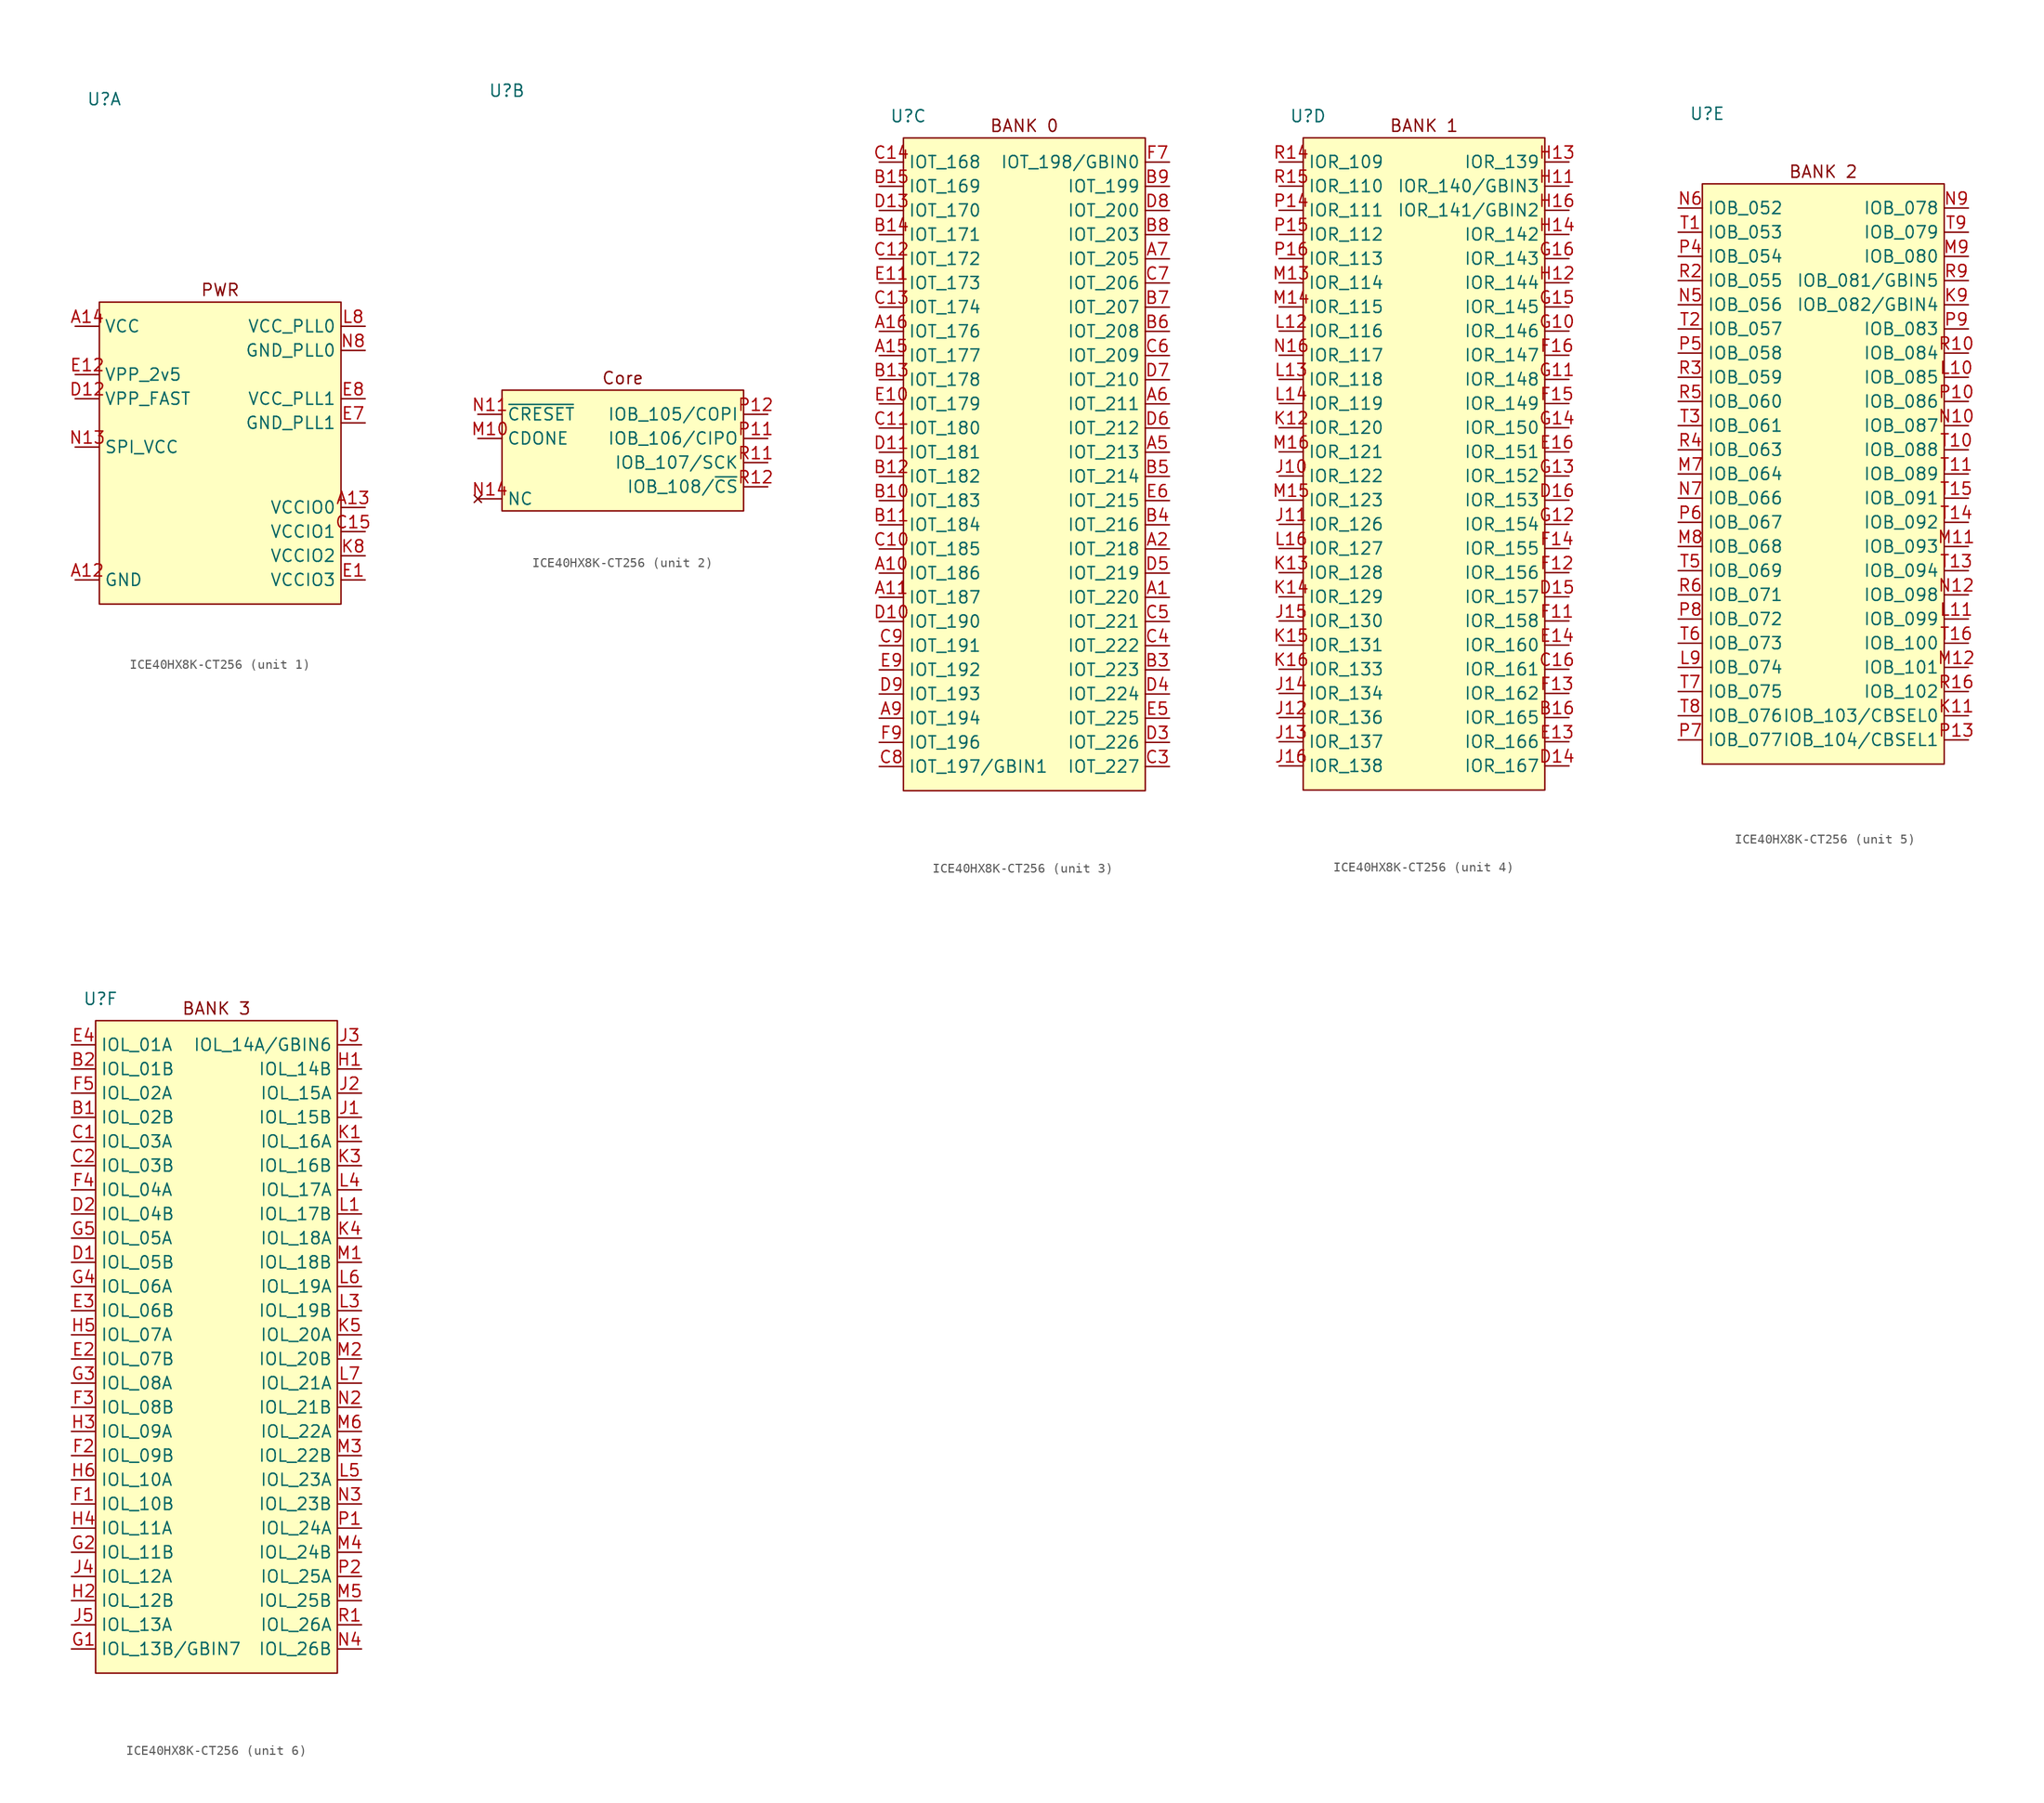
<source format=kicad_sym>
(kicad_symbol_lib
  (version 20231120)
  (generator "kicad_symbol_editor")
  (generator_version "8.0")
  (symbol "ICE40HX8K-CT256"
    (property "Reference" "U"
      (at -12.192 37.846 0)
      (effects (font (size 1.27 1.27))))
    (property "ki_locked" ""
      (at 0 0 0)
      (effects (font (size 1.27 1.27))))
    (symbol "ICE40HX8K-CT256_1_0"
      (text "PWR" (at 0 17.78 0) (effects (font (size 1.27 1.27)))))
    (symbol "ICE40HX8K-CT256_1_1"
      (rectangle (start -12.7 16.51) (end 12.7 -15.24) (stroke (width 0) (type default)) (fill (type background)))
      (pin power_in line (at -15.24 -12.7 0) (length 2.54) (name "GND" (effects (font (size 1.27 1.27)))) (number "A12" (effects (font (size 1.27 1.27)))))
      (pin power_in line (at 15.24 -5.08 180) (length 2.54) (name "VCCIO0" (effects (font (size 1.27 1.27)))) (number "A13" (effects (font (size 1.27 1.27)))))
      (pin power_in line (at -15.24 13.97 0) (length 2.54) (name "VCC" (effects (font (size 1.27 1.27)))) (number "A14" (effects (font (size 1.27 1.27)))))
      (pin passive line (at 15.24 -5.08 180) (length 2.54) hide (name "VCCIO0" (effects (font (size 1.27 1.27)))) (number "A3" (effects (font (size 1.27 1.27)))))
      (pin passive line (at -15.24 -12.7 0) (length 2.54) hide (name "GND" (effects (font (size 1.27 1.27)))) (number "A4" (effects (font (size 1.27 1.27)))))
      (pin passive line (at 15.24 -5.08 180) (length 2.54) hide (name "VCCIO0" (effects (font (size 1.27 1.27)))) (number "A8" (effects (font (size 1.27 1.27)))))
      (pin power_in line (at 15.24 -7.62 180) (length 2.54) (name "VCCIO1" (effects (font (size 1.27 1.27)))) (number "C15" (effects (font (size 1.27 1.27)))))
      (pin power_in line (at -15.24 6.35 0) (length 2.54) (name "VPP_FAST" (effects (font (size 1.27 1.27)))) (number "D12" (effects (font (size 1.27 1.27)))))
      (pin power_in line (at 15.24 -12.7 180) (length 2.54) (name "VCCIO3" (effects (font (size 1.27 1.27)))) (number "E1" (effects (font (size 1.27 1.27)))))
      (pin power_in line (at -15.24 8.89 0) (length 2.54) (name "VPP_2v5" (effects (font (size 1.27 1.27)))) (number "E12" (effects (font (size 1.27 1.27)))))
      (pin passive line (at -15.24 -12.7 0) (length 2.54) hide (name "GND" (effects (font (size 1.27 1.27)))) (number "E15" (effects (font (size 1.27 1.27)))))
      (pin power_in line (at 15.24 3.81 180) (length 2.54) (name "GND_PLL1" (effects (font (size 1.27 1.27)))) (number "E7" (effects (font (size 1.27 1.27)))))
      (pin power_in line (at 15.24 6.35 180) (length 2.54) (name "VCC_PLL1" (effects (font (size 1.27 1.27)))) (number "E8" (effects (font (size 1.27 1.27)))))
      (pin passive line (at -15.24 13.97 0) (length 2.54) hide (name "VCC" (effects (font (size 1.27 1.27)))) (number "F10" (effects (font (size 1.27 1.27)))))
      (pin passive line (at -15.24 13.97 0) (length 2.54) hide (name "VCC" (effects (font (size 1.27 1.27)))) (number "F6" (effects (font (size 1.27 1.27)))))
      (pin passive line (at 15.24 -5.08 180) (length 2.54) hide (name "VCCIO0" (effects (font (size 1.27 1.27)))) (number "F8" (effects (font (size 1.27 1.27)))))
      (pin passive line (at 15.24 -12.7 180) (length 2.54) hide (name "VCCIO3" (effects (font (size 1.27 1.27)))) (number "G6" (effects (font (size 1.27 1.27)))))
      (pin passive line (at -15.24 -12.7 0) (length 2.54) hide (name "GND" (effects (font (size 1.27 1.27)))) (number "G7" (effects (font (size 1.27 1.27)))))
      (pin passive line (at -15.24 -12.7 0) (length 2.54) hide (name "GND" (effects (font (size 1.27 1.27)))) (number "G8" (effects (font (size 1.27 1.27)))))
      (pin passive line (at -15.24 -12.7 0) (length 2.54) hide (name "GND" (effects (font (size 1.27 1.27)))) (number "G9" (effects (font (size 1.27 1.27)))))
      (pin passive line (at 15.24 -7.62 180) (length 2.54) hide (name "VCCIO1" (effects (font (size 1.27 1.27)))) (number "H10" (effects (font (size 1.27 1.27)))))
      (pin passive line (at 15.24 -7.62 180) (length 2.54) hide (name "VCCIO1" (effects (font (size 1.27 1.27)))) (number "H15" (effects (font (size 1.27 1.27)))))
      (pin passive line (at -15.24 -12.7 0) (length 2.54) hide (name "GND" (effects (font (size 1.27 1.27)))) (number "H7" (effects (font (size 1.27 1.27)))))
      (pin passive line (at -15.24 -12.7 0) (length 2.54) hide (name "GND" (effects (font (size 1.27 1.27)))) (number "H8" (effects (font (size 1.27 1.27)))))
      (pin passive line (at -15.24 -12.7 0) (length 2.54) hide (name "GND" (effects (font (size 1.27 1.27)))) (number "H9" (effects (font (size 1.27 1.27)))))
      (pin passive line (at 15.24 -12.7 180) (length 2.54) hide (name "VCCIO3" (effects (font (size 1.27 1.27)))) (number "J6" (effects (font (size 1.27 1.27)))))
      (pin passive line (at -15.24 -12.7 0) (length 2.54) hide (name "GND" (effects (font (size 1.27 1.27)))) (number "J7" (effects (font (size 1.27 1.27)))))
      (pin passive line (at -15.24 -12.7 0) (length 2.54) hide (name "GND" (effects (font (size 1.27 1.27)))) (number "J8" (effects (font (size 1.27 1.27)))))
      (pin passive line (at -15.24 -12.7 0) (length 2.54) hide (name "GND" (effects (font (size 1.27 1.27)))) (number "J9" (effects (font (size 1.27 1.27)))))
      (pin passive line (at -15.24 13.97 0) (length 2.54) hide (name "VCC" (effects (font (size 1.27 1.27)))) (number "K10" (effects (font (size 1.27 1.27)))))
      (pin passive line (at -15.24 -12.7 0) (length 2.54) hide (name "GND" (effects (font (size 1.27 1.27)))) (number "K2" (effects (font (size 1.27 1.27)))))
      (pin passive line (at -15.24 13.97 0) (length 2.54) hide (name "VCC" (effects (font (size 1.27 1.27)))) (number "K6" (effects (font (size 1.27 1.27)))))
      (pin passive line (at -15.24 -12.7 0) (length 2.54) hide (name "GND" (effects (font (size 1.27 1.27)))) (number "K7" (effects (font (size 1.27 1.27)))))
      (pin power_in line (at 15.24 -10.16 180) (length 2.54) (name "VCCIO2" (effects (font (size 1.27 1.27)))) (number "K8" (effects (font (size 1.27 1.27)))))
      (pin passive line (at -15.24 -12.7 0) (length 2.54) hide (name "GND" (effects (font (size 1.27 1.27)))) (number "L15" (effects (font (size 1.27 1.27)))))
      (pin passive line (at -15.24 13.97 0) (length 2.54) hide (name "VCC" (effects (font (size 1.27 1.27)))) (number "L2" (effects (font (size 1.27 1.27)))))
      (pin power_in line (at 15.24 13.97 180) (length 2.54) (name "VCC_PLL0" (effects (font (size 1.27 1.27)))) (number "L8" (effects (font (size 1.27 1.27)))))
      (pin passive line (at 15.24 -12.7 180) (length 2.54) hide (name "VCCIO3" (effects (font (size 1.27 1.27)))) (number "N1" (effects (font (size 1.27 1.27)))))
      (pin power_in line (at -15.24 1.27 0) (length 2.54) (name "SPI_VCC" (effects (font (size 1.27 1.27)))) (number "N13" (effects (font (size 1.27 1.27)))))
      (pin passive line (at 15.24 -7.62 180) (length 2.54) hide (name "VCCIO1" (effects (font (size 1.27 1.27)))) (number "N15" (effects (font (size 1.27 1.27)))))
      (pin power_in line (at 15.24 11.43 180) (length 2.54) (name "GND_PLL0" (effects (font (size 1.27 1.27)))) (number "N8" (effects (font (size 1.27 1.27)))))
      (pin passive line (at 15.24 -10.16 180) (length 2.54) hide (name "VCCIO2" (effects (font (size 1.27 1.27)))) (number "P3" (effects (font (size 1.27 1.27)))))
      (pin passive line (at 15.24 -10.16 180) (length 2.54) hide (name "VCCIO2" (effects (font (size 1.27 1.27)))) (number "R13" (effects (font (size 1.27 1.27)))))
      (pin passive line (at -15.24 -12.7 0) (length 2.54) hide (name "GND" (effects (font (size 1.27 1.27)))) (number "R7" (effects (font (size 1.27 1.27)))))
      (pin passive line (at 15.24 -10.16 180) (length 2.54) hide (name "VCCIO2" (effects (font (size 1.27 1.27)))) (number "R8" (effects (font (size 1.27 1.27)))))
      (pin passive line (at -15.24 -12.7 0) (length 2.54) hide (name "GND" (effects (font (size 1.27 1.27)))) (number "T12" (effects (font (size 1.27 1.27)))))
      (pin passive line (at -15.24 -12.7 0) (length 2.54) hide (name "GND" (effects (font (size 1.27 1.27)))) (number "T4" (effects (font (size 1.27 1.27))))))
    (symbol "ICE40HX8K-CT256_2_0"
      (text "Core" (at 0 7.62 0) (effects (font (size 1.27 1.27)))))
    (symbol "ICE40HX8K-CT256_2_1"
      (rectangle (start -12.7 6.35) (end 12.7 -6.35) (stroke (width 0) (type default)) (fill (type background)))
      (pin open_collector line (at -15.24 1.27 0) (length 2.54) (name "CDONE" (effects (font (size 1.27 1.27)))) (number "M10" (effects (font (size 1.27 1.27)))))
      (pin input line (at -15.24 3.81 0) (length 2.54) (name "~{CRESET}" (effects (font (size 1.27 1.27)))) (number "N11" (effects (font (size 1.27 1.27)))))
      (pin no_connect line (at -15.24 -5.08 0) (length 2.54) (name "NC" (effects (font (size 1.27 1.27)))) (number "N14" (effects (font (size 1.27 1.27)))))
      (pin bidirectional line (at 15.24 1.27 180) (length 2.54) (name "IOB_106/CIPO" (effects (font (size 1.27 1.27)))) (number "P11" (effects (font (size 1.27 1.27)))))
      (pin bidirectional line (at 15.24 3.81 180) (length 2.54) (name "IOB_105/COPI" (effects (font (size 1.27 1.27)))) (number "P12" (effects (font (size 1.27 1.27)))))
      (pin bidirectional line (at 15.24 -1.27 180) (length 2.54) (name "IOB_107/SCK" (effects (font (size 1.27 1.27)))) (number "R11" (effects (font (size 1.27 1.27)))))
      (pin bidirectional line (at 15.24 -3.81 180) (length 2.54) (name "IOB_108/~{CS}" (effects (font (size 1.27 1.27)))) (number "R12" (effects (font (size 1.27 1.27))))))
    (symbol "ICE40HX8K-CT256_3_0"
      (text "BANK 0" (at 0 36.83 0) (effects (font (size 1.27 1.27)))))
    (symbol "ICE40HX8K-CT256_3_1"
      (rectangle (start -12.7 35.56) (end 12.7 -33.02) (stroke (width 0) (type default)) (fill (type background)))
      (pin bidirectional line (at 15.24 -12.7 180) (length 2.54) (name "IOT_220" (effects (font (size 1.27 1.27)))) (number "A1" (effects (font (size 1.27 1.27)))))
      (pin bidirectional line (at -15.24 -10.16 0) (length 2.54) (name "IOT_186" (effects (font (size 1.27 1.27)))) (number "A10" (effects (font (size 1.27 1.27)))))
      (pin bidirectional line (at -15.24 -12.7 0) (length 2.54) (name "IOT_187" (effects (font (size 1.27 1.27)))) (number "A11" (effects (font (size 1.27 1.27)))))
      (pin bidirectional line (at -15.24 12.7 0) (length 2.54) (name "IOT_177" (effects (font (size 1.27 1.27)))) (number "A15" (effects (font (size 1.27 1.27)))))
      (pin bidirectional line (at -15.24 15.24 0) (length 2.54) (name "IOT_176" (effects (font (size 1.27 1.27)))) (number "A16" (effects (font (size 1.27 1.27)))))
      (pin bidirectional line (at 15.24 -7.62 180) (length 2.54) (name "IOT_218" (effects (font (size 1.27 1.27)))) (number "A2" (effects (font (size 1.27 1.27)))))
      (pin bidirectional line (at 15.24 2.54 180) (length 2.54) (name "IOT_213" (effects (font (size 1.27 1.27)))) (number "A5" (effects (font (size 1.27 1.27)))))
      (pin bidirectional line (at 15.24 7.62 180) (length 2.54) (name "IOT_211" (effects (font (size 1.27 1.27)))) (number "A6" (effects (font (size 1.27 1.27)))))
      (pin bidirectional line (at 15.24 22.86 180) (length 2.54) (name "IOT_205" (effects (font (size 1.27 1.27)))) (number "A7" (effects (font (size 1.27 1.27)))))
      (pin bidirectional line (at -15.24 -25.4 0) (length 2.54) (name "IOT_194" (effects (font (size 1.27 1.27)))) (number "A9" (effects (font (size 1.27 1.27)))))
      (pin bidirectional line (at -15.24 -2.54 0) (length 2.54) (name "IOT_183" (effects (font (size 1.27 1.27)))) (number "B10" (effects (font (size 1.27 1.27)))))
      (pin bidirectional line (at -15.24 -5.08 0) (length 2.54) (name "IOT_184" (effects (font (size 1.27 1.27)))) (number "B11" (effects (font (size 1.27 1.27)))))
      (pin bidirectional line (at -15.24 0 0) (length 2.54) (name "IOT_182" (effects (font (size 1.27 1.27)))) (number "B12" (effects (font (size 1.27 1.27)))))
      (pin bidirectional line (at -15.24 10.16 0) (length 2.54) (name "IOT_178" (effects (font (size 1.27 1.27)))) (number "B13" (effects (font (size 1.27 1.27)))))
      (pin bidirectional line (at -15.24 25.4 0) (length 2.54) (name "IOT_171" (effects (font (size 1.27 1.27)))) (number "B14" (effects (font (size 1.27 1.27)))))
      (pin bidirectional line (at -15.24 30.48 0) (length 2.54) (name "IOT_169" (effects (font (size 1.27 1.27)))) (number "B15" (effects (font (size 1.27 1.27)))))
      (pin bidirectional line (at 15.24 -20.32 180) (length 2.54) (name "IOT_223" (effects (font (size 1.27 1.27)))) (number "B3" (effects (font (size 1.27 1.27)))))
      (pin bidirectional line (at 15.24 -5.08 180) (length 2.54) (name "IOT_216" (effects (font (size 1.27 1.27)))) (number "B4" (effects (font (size 1.27 1.27)))))
      (pin bidirectional line (at 15.24 0 180) (length 2.54) (name "IOT_214" (effects (font (size 1.27 1.27)))) (number "B5" (effects (font (size 1.27 1.27)))))
      (pin bidirectional line (at 15.24 15.24 180) (length 2.54) (name "IOT_208" (effects (font (size 1.27 1.27)))) (number "B6" (effects (font (size 1.27 1.27)))))
      (pin bidirectional line (at 15.24 17.78 180) (length 2.54) (name "IOT_207" (effects (font (size 1.27 1.27)))) (number "B7" (effects (font (size 1.27 1.27)))))
      (pin bidirectional line (at 15.24 25.4 180) (length 2.54) (name "IOT_203" (effects (font (size 1.27 1.27)))) (number "B8" (effects (font (size 1.27 1.27)))))
      (pin bidirectional line (at 15.24 30.48 180) (length 2.54) (name "IOT_199" (effects (font (size 1.27 1.27)))) (number "B9" (effects (font (size 1.27 1.27)))))
      (pin bidirectional line (at -15.24 -7.62 0) (length 2.54) (name "IOT_185" (effects (font (size 1.27 1.27)))) (number "C10" (effects (font (size 1.27 1.27)))))
      (pin bidirectional line (at -15.24 5.08 0) (length 2.54) (name "IOT_180" (effects (font (size 1.27 1.27)))) (number "C11" (effects (font (size 1.27 1.27)))))
      (pin bidirectional line (at -15.24 22.86 0) (length 2.54) (name "IOT_172" (effects (font (size 1.27 1.27)))) (number "C12" (effects (font (size 1.27 1.27)))))
      (pin bidirectional line (at -15.24 17.78 0) (length 2.54) (name "IOT_174" (effects (font (size 1.27 1.27)))) (number "C13" (effects (font (size 1.27 1.27)))))
      (pin bidirectional line (at -15.24 33.02 0) (length 2.54) (name "IOT_168" (effects (font (size 1.27 1.27)))) (number "C14" (effects (font (size 1.27 1.27)))))
      (pin bidirectional line (at 15.24 -30.48 180) (length 2.54) (name "IOT_227" (effects (font (size 1.27 1.27)))) (number "C3" (effects (font (size 1.27 1.27)))))
      (pin bidirectional line (at 15.24 -17.78 180) (length 2.54) (name "IOT_222" (effects (font (size 1.27 1.27)))) (number "C4" (effects (font (size 1.27 1.27)))))
      (pin bidirectional line (at 15.24 -15.24 180) (length 2.54) (name "IOT_221" (effects (font (size 1.27 1.27)))) (number "C5" (effects (font (size 1.27 1.27)))))
      (pin bidirectional line (at 15.24 12.7 180) (length 2.54) (name "IOT_209" (effects (font (size 1.27 1.27)))) (number "C6" (effects (font (size 1.27 1.27)))))
      (pin bidirectional line (at 15.24 20.32 180) (length 2.54) (name "IOT_206" (effects (font (size 1.27 1.27)))) (number "C7" (effects (font (size 1.27 1.27)))))
      (pin bidirectional line (at -15.24 -30.48 0) (length 2.54) (name "IOT_197/GBIN1" (effects (font (size 1.27 1.27)))) (number "C8" (effects (font (size 1.27 1.27)))))
      (pin bidirectional line (at -15.24 -17.78 0) (length 2.54) (name "IOT_191" (effects (font (size 1.27 1.27)))) (number "C9" (effects (font (size 1.27 1.27)))))
      (pin bidirectional line (at -15.24 -15.24 0) (length 2.54) (name "IOT_190" (effects (font (size 1.27 1.27)))) (number "D10" (effects (font (size 1.27 1.27)))))
      (pin bidirectional line (at -15.24 2.54 0) (length 2.54) (name "IOT_181" (effects (font (size 1.27 1.27)))) (number "D11" (effects (font (size 1.27 1.27)))))
      (pin bidirectional line (at -15.24 27.94 0) (length 2.54) (name "IOT_170" (effects (font (size 1.27 1.27)))) (number "D13" (effects (font (size 1.27 1.27)))))
      (pin bidirectional line (at 15.24 -27.94 180) (length 2.54) (name "IOT_226" (effects (font (size 1.27 1.27)))) (number "D3" (effects (font (size 1.27 1.27)))))
      (pin bidirectional line (at 15.24 -22.86 180) (length 2.54) (name "IOT_224" (effects (font (size 1.27 1.27)))) (number "D4" (effects (font (size 1.27 1.27)))))
      (pin bidirectional line (at 15.24 -10.16 180) (length 2.54) (name "IOT_219" (effects (font (size 1.27 1.27)))) (number "D5" (effects (font (size 1.27 1.27)))))
      (pin bidirectional line (at 15.24 5.08 180) (length 2.54) (name "IOT_212" (effects (font (size 1.27 1.27)))) (number "D6" (effects (font (size 1.27 1.27)))))
      (pin bidirectional line (at 15.24 10.16 180) (length 2.54) (name "IOT_210" (effects (font (size 1.27 1.27)))) (number "D7" (effects (font (size 1.27 1.27)))))
      (pin bidirectional line (at 15.24 27.94 180) (length 2.54) (name "IOT_200" (effects (font (size 1.27 1.27)))) (number "D8" (effects (font (size 1.27 1.27)))))
      (pin bidirectional line (at -15.24 -22.86 0) (length 2.54) (name "IOT_193" (effects (font (size 1.27 1.27)))) (number "D9" (effects (font (size 1.27 1.27)))))
      (pin bidirectional line (at -15.24 7.62 0) (length 2.54) (name "IOT_179" (effects (font (size 1.27 1.27)))) (number "E10" (effects (font (size 1.27 1.27)))))
      (pin bidirectional line (at -15.24 20.32 0) (length 2.54) (name "IOT_173" (effects (font (size 1.27 1.27)))) (number "E11" (effects (font (size 1.27 1.27)))))
      (pin bidirectional line (at 15.24 -25.4 180) (length 2.54) (name "IOT_225" (effects (font (size 1.27 1.27)))) (number "E5" (effects (font (size 1.27 1.27)))))
      (pin bidirectional line (at 15.24 -2.54 180) (length 2.54) (name "IOT_215" (effects (font (size 1.27 1.27)))) (number "E6" (effects (font (size 1.27 1.27)))))
      (pin bidirectional line (at -15.24 -20.32 0) (length 2.54) (name "IOT_192" (effects (font (size 1.27 1.27)))) (number "E9" (effects (font (size 1.27 1.27)))))
      (pin bidirectional line (at 15.24 33.02 180) (length 2.54) (name "IOT_198/GBIN0" (effects (font (size 1.27 1.27)))) (number "F7" (effects (font (size 1.27 1.27)))))
      (pin bidirectional line (at -15.24 -27.94 0) (length 2.54) (name "IOT_196" (effects (font (size 1.27 1.27)))) (number "F9" (effects (font (size 1.27 1.27))))))
    (symbol "ICE40HX8K-CT256_4_0"
      (text "BANK 1" (at 0 36.83 0) (effects (font (size 1.27 1.27)))))
    (symbol "ICE40HX8K-CT256_4_1"
      (rectangle (start -12.7 35.56) (end 12.7 -33.02) (stroke (width 0) (type default)) (fill (type background)))
      (pin bidirectional line (at 15.24 -25.4 180) (length 2.54) (name "IOR_165" (effects (font (size 1.27 1.27)))) (number "B16" (effects (font (size 1.27 1.27)))))
      (pin bidirectional line (at 15.24 -20.32 180) (length 2.54) (name "IOR_161" (effects (font (size 1.27 1.27)))) (number "C16" (effects (font (size 1.27 1.27)))))
      (pin bidirectional line (at 15.24 -30.48 180) (length 2.54) (name "IOR_167" (effects (font (size 1.27 1.27)))) (number "D14" (effects (font (size 1.27 1.27)))))
      (pin bidirectional line (at 15.24 -12.7 180) (length 2.54) (name "IOR_157" (effects (font (size 1.27 1.27)))) (number "D15" (effects (font (size 1.27 1.27)))))
      (pin bidirectional line (at 15.24 -2.54 180) (length 2.54) (name "IOR_153" (effects (font (size 1.27 1.27)))) (number "D16" (effects (font (size 1.27 1.27)))))
      (pin bidirectional line (at 15.24 -27.94 180) (length 2.54) (name "IOR_166" (effects (font (size 1.27 1.27)))) (number "E13" (effects (font (size 1.27 1.27)))))
      (pin bidirectional line (at 15.24 -17.78 180) (length 2.54) (name "IOR_160" (effects (font (size 1.27 1.27)))) (number "E14" (effects (font (size 1.27 1.27)))))
      (pin bidirectional line (at 15.24 2.54 180) (length 2.54) (name "IOR_151" (effects (font (size 1.27 1.27)))) (number "E16" (effects (font (size 1.27 1.27)))))
      (pin bidirectional line (at 15.24 -15.24 180) (length 2.54) (name "IOR_158" (effects (font (size 1.27 1.27)))) (number "F11" (effects (font (size 1.27 1.27)))))
      (pin bidirectional line (at 15.24 -10.16 180) (length 2.54) (name "IOR_156" (effects (font (size 1.27 1.27)))) (number "F12" (effects (font (size 1.27 1.27)))))
      (pin bidirectional line (at 15.24 -22.86 180) (length 2.54) (name "IOR_162" (effects (font (size 1.27 1.27)))) (number "F13" (effects (font (size 1.27 1.27)))))
      (pin bidirectional line (at 15.24 -7.62 180) (length 2.54) (name "IOR_155" (effects (font (size 1.27 1.27)))) (number "F14" (effects (font (size 1.27 1.27)))))
      (pin bidirectional line (at 15.24 7.62 180) (length 2.54) (name "IOR_149" (effects (font (size 1.27 1.27)))) (number "F15" (effects (font (size 1.27 1.27)))))
      (pin bidirectional line (at 15.24 12.7 180) (length 2.54) (name "IOR_147" (effects (font (size 1.27 1.27)))) (number "F16" (effects (font (size 1.27 1.27)))))
      (pin bidirectional line (at 15.24 15.24 180) (length 2.54) (name "IOR_146" (effects (font (size 1.27 1.27)))) (number "G10" (effects (font (size 1.27 1.27)))))
      (pin bidirectional line (at 15.24 10.16 180) (length 2.54) (name "IOR_148" (effects (font (size 1.27 1.27)))) (number "G11" (effects (font (size 1.27 1.27)))))
      (pin bidirectional line (at 15.24 -5.08 180) (length 2.54) (name "IOR_154" (effects (font (size 1.27 1.27)))) (number "G12" (effects (font (size 1.27 1.27)))))
      (pin bidirectional line (at 15.24 0 180) (length 2.54) (name "IOR_152" (effects (font (size 1.27 1.27)))) (number "G13" (effects (font (size 1.27 1.27)))))
      (pin bidirectional line (at 15.24 5.08 180) (length 2.54) (name "IOR_150" (effects (font (size 1.27 1.27)))) (number "G14" (effects (font (size 1.27 1.27)))))
      (pin bidirectional line (at 15.24 17.78 180) (length 2.54) (name "IOR_145" (effects (font (size 1.27 1.27)))) (number "G15" (effects (font (size 1.27 1.27)))))
      (pin bidirectional line (at 15.24 22.86 180) (length 2.54) (name "IOR_143" (effects (font (size 1.27 1.27)))) (number "G16" (effects (font (size 1.27 1.27)))))
      (pin bidirectional line (at 15.24 30.48 180) (length 2.54) (name "IOR_140/GBIN3" (effects (font (size 1.27 1.27)))) (number "H11" (effects (font (size 1.27 1.27)))))
      (pin bidirectional line (at 15.24 20.32 180) (length 2.54) (name "IOR_144" (effects (font (size 1.27 1.27)))) (number "H12" (effects (font (size 1.27 1.27)))))
      (pin bidirectional line (at 15.24 33.02 180) (length 2.54) (name "IOR_139" (effects (font (size 1.27 1.27)))) (number "H13" (effects (font (size 1.27 1.27)))))
      (pin bidirectional line (at 15.24 25.4 180) (length 2.54) (name "IOR_142" (effects (font (size 1.27 1.27)))) (number "H14" (effects (font (size 1.27 1.27)))))
      (pin bidirectional line (at 15.24 27.94 180) (length 2.54) (name "IOR_141/GBIN2" (effects (font (size 1.27 1.27)))) (number "H16" (effects (font (size 1.27 1.27)))))
      (pin bidirectional line (at -15.24 0 0) (length 2.54) (name "IOR_122" (effects (font (size 1.27 1.27)))) (number "J10" (effects (font (size 1.27 1.27)))))
      (pin bidirectional line (at -15.24 -5.08 0) (length 2.54) (name "IOR_126" (effects (font (size 1.27 1.27)))) (number "J11" (effects (font (size 1.27 1.27)))))
      (pin bidirectional line (at -15.24 -25.4 0) (length 2.54) (name "IOR_136" (effects (font (size 1.27 1.27)))) (number "J12" (effects (font (size 1.27 1.27)))))
      (pin bidirectional line (at -15.24 -27.94 0) (length 2.54) (name "IOR_137" (effects (font (size 1.27 1.27)))) (number "J13" (effects (font (size 1.27 1.27)))))
      (pin bidirectional line (at -15.24 -22.86 0) (length 2.54) (name "IOR_134" (effects (font (size 1.27 1.27)))) (number "J14" (effects (font (size 1.27 1.27)))))
      (pin bidirectional line (at -15.24 -15.24 0) (length 2.54) (name "IOR_130" (effects (font (size 1.27 1.27)))) (number "J15" (effects (font (size 1.27 1.27)))))
      (pin bidirectional line (at -15.24 -30.48 0) (length 2.54) (name "IOR_138" (effects (font (size 1.27 1.27)))) (number "J16" (effects (font (size 1.27 1.27)))))
      (pin bidirectional line (at -15.24 5.08 0) (length 2.54) (name "IOR_120" (effects (font (size 1.27 1.27)))) (number "K12" (effects (font (size 1.27 1.27)))))
      (pin bidirectional line (at -15.24 -10.16 0) (length 2.54) (name "IOR_128" (effects (font (size 1.27 1.27)))) (number "K13" (effects (font (size 1.27 1.27)))))
      (pin bidirectional line (at -15.24 -12.7 0) (length 2.54) (name "IOR_129" (effects (font (size 1.27 1.27)))) (number "K14" (effects (font (size 1.27 1.27)))))
      (pin bidirectional line (at -15.24 -17.78 0) (length 2.54) (name "IOR_131" (effects (font (size 1.27 1.27)))) (number "K15" (effects (font (size 1.27 1.27)))))
      (pin bidirectional line (at -15.24 -20.32 0) (length 2.54) (name "IOR_133" (effects (font (size 1.27 1.27)))) (number "K16" (effects (font (size 1.27 1.27)))))
      (pin bidirectional line (at -15.24 15.24 0) (length 2.54) (name "IOR_116" (effects (font (size 1.27 1.27)))) (number "L12" (effects (font (size 1.27 1.27)))))
      (pin bidirectional line (at -15.24 10.16 0) (length 2.54) (name "IOR_118" (effects (font (size 1.27 1.27)))) (number "L13" (effects (font (size 1.27 1.27)))))
      (pin bidirectional line (at -15.24 7.62 0) (length 2.54) (name "IOR_119" (effects (font (size 1.27 1.27)))) (number "L14" (effects (font (size 1.27 1.27)))))
      (pin bidirectional line (at -15.24 -7.62 0) (length 2.54) (name "IOR_127" (effects (font (size 1.27 1.27)))) (number "L16" (effects (font (size 1.27 1.27)))))
      (pin bidirectional line (at -15.24 20.32 0) (length 2.54) (name "IOR_114" (effects (font (size 1.27 1.27)))) (number "M13" (effects (font (size 1.27 1.27)))))
      (pin bidirectional line (at -15.24 17.78 0) (length 2.54) (name "IOR_115" (effects (font (size 1.27 1.27)))) (number "M14" (effects (font (size 1.27 1.27)))))
      (pin bidirectional line (at -15.24 -2.54 0) (length 2.54) (name "IOR_123" (effects (font (size 1.27 1.27)))) (number "M15" (effects (font (size 1.27 1.27)))))
      (pin bidirectional line (at -15.24 2.54 0) (length 2.54) (name "IOR_121" (effects (font (size 1.27 1.27)))) (number "M16" (effects (font (size 1.27 1.27)))))
      (pin bidirectional line (at -15.24 12.7 0) (length 2.54) (name "IOR_117" (effects (font (size 1.27 1.27)))) (number "N16" (effects (font (size 1.27 1.27)))))
      (pin bidirectional line (at -15.24 27.94 0) (length 2.54) (name "IOR_111" (effects (font (size 1.27 1.27)))) (number "P14" (effects (font (size 1.27 1.27)))))
      (pin bidirectional line (at -15.24 25.4 0) (length 2.54) (name "IOR_112" (effects (font (size 1.27 1.27)))) (number "P15" (effects (font (size 1.27 1.27)))))
      (pin bidirectional line (at -15.24 22.86 0) (length 2.54) (name "IOR_113" (effects (font (size 1.27 1.27)))) (number "P16" (effects (font (size 1.27 1.27)))))
      (pin bidirectional line (at -15.24 33.02 0) (length 2.54) (name "IOR_109" (effects (font (size 1.27 1.27)))) (number "R14" (effects (font (size 1.27 1.27)))))
      (pin bidirectional line (at -15.24 30.48 0) (length 2.54) (name "IOR_110" (effects (font (size 1.27 1.27)))) (number "R15" (effects (font (size 1.27 1.27))))))
    (symbol "ICE40HX8K-CT256_5_0"
      (text "BANK 2" (at 0 31.75 0) (effects (font (size 1.27 1.27)))))
    (symbol "ICE40HX8K-CT256_5_1"
      (rectangle (start -12.7 30.48) (end 12.7 -30.48) (stroke (width 0) (type default)) (fill (type background)))
      (pin bidirectional line (at 15.24 -25.4 180) (length 2.54) (name "IOB_103/CBSEL0" (effects (font (size 1.27 1.27)))) (number "K11" (effects (font (size 1.27 1.27)))))
      (pin bidirectional line (at 15.24 17.78 180) (length 2.54) (name "IOB_082/GBIN4" (effects (font (size 1.27 1.27)))) (number "K9" (effects (font (size 1.27 1.27)))))
      (pin bidirectional line (at 15.24 10.16 180) (length 2.54) (name "IOB_085" (effects (font (size 1.27 1.27)))) (number "L10" (effects (font (size 1.27 1.27)))))
      (pin bidirectional line (at 15.24 -15.24 180) (length 2.54) (name "IOB_099" (effects (font (size 1.27 1.27)))) (number "L11" (effects (font (size 1.27 1.27)))))
      (pin bidirectional line (at -15.24 -20.32 0) (length 2.54) (name "IOB_074" (effects (font (size 1.27 1.27)))) (number "L9" (effects (font (size 1.27 1.27)))))
      (pin bidirectional line (at 15.24 -7.62 180) (length 2.54) (name "IOB_093" (effects (font (size 1.27 1.27)))) (number "M11" (effects (font (size 1.27 1.27)))))
      (pin bidirectional line (at 15.24 -20.32 180) (length 2.54) (name "IOB_101" (effects (font (size 1.27 1.27)))) (number "M12" (effects (font (size 1.27 1.27)))))
      (pin bidirectional line (at -15.24 0 0) (length 2.54) (name "IOB_064" (effects (font (size 1.27 1.27)))) (number "M7" (effects (font (size 1.27 1.27)))))
      (pin bidirectional line (at -15.24 -7.62 0) (length 2.54) (name "IOB_068" (effects (font (size 1.27 1.27)))) (number "M8" (effects (font (size 1.27 1.27)))))
      (pin bidirectional line (at 15.24 22.86 180) (length 2.54) (name "IOB_080" (effects (font (size 1.27 1.27)))) (number "M9" (effects (font (size 1.27 1.27)))))
      (pin bidirectional line (at 15.24 5.08 180) (length 2.54) (name "IOB_087" (effects (font (size 1.27 1.27)))) (number "N10" (effects (font (size 1.27 1.27)))))
      (pin bidirectional line (at 15.24 -12.7 180) (length 2.54) (name "IOB_098" (effects (font (size 1.27 1.27)))) (number "N12" (effects (font (size 1.27 1.27)))))
      (pin bidirectional line (at -15.24 17.78 0) (length 2.54) (name "IOB_056" (effects (font (size 1.27 1.27)))) (number "N5" (effects (font (size 1.27 1.27)))))
      (pin bidirectional line (at -15.24 27.94 0) (length 2.54) (name "IOB_052" (effects (font (size 1.27 1.27)))) (number "N6" (effects (font (size 1.27 1.27)))))
      (pin bidirectional line (at -15.24 -2.54 0) (length 2.54) (name "IOB_066" (effects (font (size 1.27 1.27)))) (number "N7" (effects (font (size 1.27 1.27)))))
      (pin bidirectional line (at 15.24 27.94 180) (length 2.54) (name "IOB_078" (effects (font (size 1.27 1.27)))) (number "N9" (effects (font (size 1.27 1.27)))))
      (pin bidirectional line (at 15.24 7.62 180) (length 2.54) (name "IOB_086" (effects (font (size 1.27 1.27)))) (number "P10" (effects (font (size 1.27 1.27)))))
      (pin bidirectional line (at 15.24 -27.94 180) (length 2.54) (name "IOB_104/CBSEL1" (effects (font (size 1.27 1.27)))) (number "P13" (effects (font (size 1.27 1.27)))))
      (pin bidirectional line (at -15.24 22.86 0) (length 2.54) (name "IOB_054" (effects (font (size 1.27 1.27)))) (number "P4" (effects (font (size 1.27 1.27)))))
      (pin bidirectional line (at -15.24 12.7 0) (length 2.54) (name "IOB_058" (effects (font (size 1.27 1.27)))) (number "P5" (effects (font (size 1.27 1.27)))))
      (pin bidirectional line (at -15.24 -5.08 0) (length 2.54) (name "IOB_067" (effects (font (size 1.27 1.27)))) (number "P6" (effects (font (size 1.27 1.27)))))
      (pin bidirectional line (at -15.24 -27.94 0) (length 2.54) (name "IOB_077" (effects (font (size 1.27 1.27)))) (number "P7" (effects (font (size 1.27 1.27)))))
      (pin bidirectional line (at -15.24 -15.24 0) (length 2.54) (name "IOB_072" (effects (font (size 1.27 1.27)))) (number "P8" (effects (font (size 1.27 1.27)))))
      (pin bidirectional line (at 15.24 15.24 180) (length 2.54) (name "IOB_083" (effects (font (size 1.27 1.27)))) (number "P9" (effects (font (size 1.27 1.27)))))
      (pin bidirectional line (at 15.24 12.7 180) (length 2.54) (name "IOB_084" (effects (font (size 1.27 1.27)))) (number "R10" (effects (font (size 1.27 1.27)))))
      (pin bidirectional line (at 15.24 -22.86 180) (length 2.54) (name "IOB_102" (effects (font (size 1.27 1.27)))) (number "R16" (effects (font (size 1.27 1.27)))))
      (pin bidirectional line (at -15.24 20.32 0) (length 2.54) (name "IOB_055" (effects (font (size 1.27 1.27)))) (number "R2" (effects (font (size 1.27 1.27)))))
      (pin bidirectional line (at -15.24 10.16 0) (length 2.54) (name "IOB_059" (effects (font (size 1.27 1.27)))) (number "R3" (effects (font (size 1.27 1.27)))))
      (pin bidirectional line (at -15.24 2.54 0) (length 2.54) (name "IOB_063" (effects (font (size 1.27 1.27)))) (number "R4" (effects (font (size 1.27 1.27)))))
      (pin bidirectional line (at -15.24 7.62 0) (length 2.54) (name "IOB_060" (effects (font (size 1.27 1.27)))) (number "R5" (effects (font (size 1.27 1.27)))))
      (pin bidirectional line (at -15.24 -12.7 0) (length 2.54) (name "IOB_071" (effects (font (size 1.27 1.27)))) (number "R6" (effects (font (size 1.27 1.27)))))
      (pin bidirectional line (at 15.24 20.32 180) (length 2.54) (name "IOB_081/GBIN5" (effects (font (size 1.27 1.27)))) (number "R9" (effects (font (size 1.27 1.27)))))
      (pin bidirectional line (at -15.24 25.4 0) (length 2.54) (name "IOB_053" (effects (font (size 1.27 1.27)))) (number "T1" (effects (font (size 1.27 1.27)))))
      (pin bidirectional line (at 15.24 2.54 180) (length 2.54) (name "IOB_088" (effects (font (size 1.27 1.27)))) (number "T10" (effects (font (size 1.27 1.27)))))
      (pin bidirectional line (at 15.24 0 180) (length 2.54) (name "IOB_089" (effects (font (size 1.27 1.27)))) (number "T11" (effects (font (size 1.27 1.27)))))
      (pin bidirectional line (at 15.24 -10.16 180) (length 2.54) (name "IOB_094" (effects (font (size 1.27 1.27)))) (number "T13" (effects (font (size 1.27 1.27)))))
      (pin bidirectional line (at 15.24 -5.08 180) (length 2.54) (name "IOB_092" (effects (font (size 1.27 1.27)))) (number "T14" (effects (font (size 1.27 1.27)))))
      (pin bidirectional line (at 15.24 -2.54 180) (length 2.54) (name "IOB_091" (effects (font (size 1.27 1.27)))) (number "T15" (effects (font (size 1.27 1.27)))))
      (pin bidirectional line (at 15.24 -17.78 180) (length 2.54) (name "IOB_100" (effects (font (size 1.27 1.27)))) (number "T16" (effects (font (size 1.27 1.27)))))
      (pin bidirectional line (at -15.24 15.24 0) (length 2.54) (name "IOB_057" (effects (font (size 1.27 1.27)))) (number "T2" (effects (font (size 1.27 1.27)))))
      (pin bidirectional line (at -15.24 5.08 0) (length 2.54) (name "IOB_061" (effects (font (size 1.27 1.27)))) (number "T3" (effects (font (size 1.27 1.27)))))
      (pin bidirectional line (at -15.24 -10.16 0) (length 2.54) (name "IOB_069" (effects (font (size 1.27 1.27)))) (number "T5" (effects (font (size 1.27 1.27)))))
      (pin bidirectional line (at -15.24 -17.78 0) (length 2.54) (name "IOB_073" (effects (font (size 1.27 1.27)))) (number "T6" (effects (font (size 1.27 1.27)))))
      (pin bidirectional line (at -15.24 -22.86 0) (length 2.54) (name "IOB_075" (effects (font (size 1.27 1.27)))) (number "T7" (effects (font (size 1.27 1.27)))))
      (pin bidirectional line (at -15.24 -25.4 0) (length 2.54) (name "IOB_076" (effects (font (size 1.27 1.27)))) (number "T8" (effects (font (size 1.27 1.27)))))
      (pin bidirectional line (at 15.24 25.4 180) (length 2.54) (name "IOB_079" (effects (font (size 1.27 1.27)))) (number "T9" (effects (font (size 1.27 1.27))))))
    (symbol "ICE40HX8K-CT256_6_0"
      (text "BANK 3" (at 0 36.83 0) (effects (font (size 1.27 1.27)))))
    (symbol "ICE40HX8K-CT256_6_1"
      (rectangle (start -12.7 35.56) (end 12.7 -33.02) (stroke (width 0) (type default)) (fill (type background)))
      (pin bidirectional line (at -15.24 25.4 0) (length 2.54) (name "IOL_02B" (effects (font (size 1.27 1.27)))) (number "B1" (effects (font (size 1.27 1.27)))))
      (pin bidirectional line (at -15.24 30.48 0) (length 2.54) (name "IOL_01B" (effects (font (size 1.27 1.27)))) (number "B2" (effects (font (size 1.27 1.27)))))
      (pin bidirectional line (at -15.24 22.86 0) (length 2.54) (name "IOL_03A" (effects (font (size 1.27 1.27)))) (number "C1" (effects (font (size 1.27 1.27)))))
      (pin bidirectional line (at -15.24 20.32 0) (length 2.54) (name "IOL_03B" (effects (font (size 1.27 1.27)))) (number "C2" (effects (font (size 1.27 1.27)))))
      (pin bidirectional line (at -15.24 10.16 0) (length 2.54) (name "IOL_05B" (effects (font (size 1.27 1.27)))) (number "D1" (effects (font (size 1.27 1.27)))))
      (pin bidirectional line (at -15.24 15.24 0) (length 2.54) (name "IOL_04B" (effects (font (size 1.27 1.27)))) (number "D2" (effects (font (size 1.27 1.27)))))
      (pin bidirectional line (at -15.24 0 0) (length 2.54) (name "IOL_07B" (effects (font (size 1.27 1.27)))) (number "E2" (effects (font (size 1.27 1.27)))))
      (pin bidirectional line (at -15.24 5.08 0) (length 2.54) (name "IOL_06B" (effects (font (size 1.27 1.27)))) (number "E3" (effects (font (size 1.27 1.27)))))
      (pin bidirectional line (at -15.24 33.02 0) (length 2.54) (name "IOL_01A" (effects (font (size 1.27 1.27)))) (number "E4" (effects (font (size 1.27 1.27)))))
      (pin bidirectional line (at -15.24 -15.24 0) (length 2.54) (name "IOL_10B" (effects (font (size 1.27 1.27)))) (number "F1" (effects (font (size 1.27 1.27)))))
      (pin bidirectional line (at -15.24 -10.16 0) (length 2.54) (name "IOL_09B" (effects (font (size 1.27 1.27)))) (number "F2" (effects (font (size 1.27 1.27)))))
      (pin bidirectional line (at -15.24 -5.08 0) (length 2.54) (name "IOL_08B" (effects (font (size 1.27 1.27)))) (number "F3" (effects (font (size 1.27 1.27)))))
      (pin bidirectional line (at -15.24 17.78 0) (length 2.54) (name "IOL_04A" (effects (font (size 1.27 1.27)))) (number "F4" (effects (font (size 1.27 1.27)))))
      (pin bidirectional line (at -15.24 27.94 0) (length 2.54) (name "IOL_02A" (effects (font (size 1.27 1.27)))) (number "F5" (effects (font (size 1.27 1.27)))))
      (pin bidirectional line (at -15.24 -30.48 0) (length 2.54) (name "IOL_13B/GBIN7" (effects (font (size 1.27 1.27)))) (number "G1" (effects (font (size 1.27 1.27)))))
      (pin bidirectional line (at -15.24 -20.32 0) (length 2.54) (name "IOL_11B" (effects (font (size 1.27 1.27)))) (number "G2" (effects (font (size 1.27 1.27)))))
      (pin bidirectional line (at -15.24 -2.54 0) (length 2.54) (name "IOL_08A" (effects (font (size 1.27 1.27)))) (number "G3" (effects (font (size 1.27 1.27)))))
      (pin bidirectional line (at -15.24 7.62 0) (length 2.54) (name "IOL_06A" (effects (font (size 1.27 1.27)))) (number "G4" (effects (font (size 1.27 1.27)))))
      (pin bidirectional line (at -15.24 12.7 0) (length 2.54) (name "IOL_05A" (effects (font (size 1.27 1.27)))) (number "G5" (effects (font (size 1.27 1.27)))))
      (pin bidirectional line (at 15.24 30.48 180) (length 2.54) (name "IOL_14B" (effects (font (size 1.27 1.27)))) (number "H1" (effects (font (size 1.27 1.27)))))
      (pin bidirectional line (at -15.24 -25.4 0) (length 2.54) (name "IOL_12B" (effects (font (size 1.27 1.27)))) (number "H2" (effects (font (size 1.27 1.27)))))
      (pin bidirectional line (at -15.24 -7.62 0) (length 2.54) (name "IOL_09A" (effects (font (size 1.27 1.27)))) (number "H3" (effects (font (size 1.27 1.27)))))
      (pin bidirectional line (at -15.24 -17.78 0) (length 2.54) (name "IOL_11A" (effects (font (size 1.27 1.27)))) (number "H4" (effects (font (size 1.27 1.27)))))
      (pin bidirectional line (at -15.24 2.54 0) (length 2.54) (name "IOL_07A" (effects (font (size 1.27 1.27)))) (number "H5" (effects (font (size 1.27 1.27)))))
      (pin bidirectional line (at -15.24 -12.7 0) (length 2.54) (name "IOL_10A" (effects (font (size 1.27 1.27)))) (number "H6" (effects (font (size 1.27 1.27)))))
      (pin bidirectional line (at 15.24 25.4 180) (length 2.54) (name "IOL_15B" (effects (font (size 1.27 1.27)))) (number "J1" (effects (font (size 1.27 1.27)))))
      (pin bidirectional line (at 15.24 27.94 180) (length 2.54) (name "IOL_15A" (effects (font (size 1.27 1.27)))) (number "J2" (effects (font (size 1.27 1.27)))))
      (pin bidirectional line (at 15.24 33.02 180) (length 2.54) (name "IOL_14A/GBIN6" (effects (font (size 1.27 1.27)))) (number "J3" (effects (font (size 1.27 1.27)))))
      (pin bidirectional line (at -15.24 -22.86 0) (length 2.54) (name "IOL_12A" (effects (font (size 1.27 1.27)))) (number "J4" (effects (font (size 1.27 1.27)))))
      (pin bidirectional line (at -15.24 -27.94 0) (length 2.54) (name "IOL_13A" (effects (font (size 1.27 1.27)))) (number "J5" (effects (font (size 1.27 1.27)))))
      (pin bidirectional line (at 15.24 22.86 180) (length 2.54) (name "IOL_16A" (effects (font (size 1.27 1.27)))) (number "K1" (effects (font (size 1.27 1.27)))))
      (pin bidirectional line (at 15.24 20.32 180) (length 2.54) (name "IOL_16B" (effects (font (size 1.27 1.27)))) (number "K3" (effects (font (size 1.27 1.27)))))
      (pin bidirectional line (at 15.24 12.7 180) (length 2.54) (name "IOL_18A" (effects (font (size 1.27 1.27)))) (number "K4" (effects (font (size 1.27 1.27)))))
      (pin bidirectional line (at 15.24 2.54 180) (length 2.54) (name "IOL_20A" (effects (font (size 1.27 1.27)))) (number "K5" (effects (font (size 1.27 1.27)))))
      (pin bidirectional line (at 15.24 15.24 180) (length 2.54) (name "IOL_17B" (effects (font (size 1.27 1.27)))) (number "L1" (effects (font (size 1.27 1.27)))))
      (pin bidirectional line (at 15.24 5.08 180) (length 2.54) (name "IOL_19B" (effects (font (size 1.27 1.27)))) (number "L3" (effects (font (size 1.27 1.27)))))
      (pin bidirectional line (at 15.24 17.78 180) (length 2.54) (name "IOL_17A" (effects (font (size 1.27 1.27)))) (number "L4" (effects (font (size 1.27 1.27)))))
      (pin bidirectional line (at 15.24 -12.7 180) (length 2.54) (name "IOL_23A" (effects (font (size 1.27 1.27)))) (number "L5" (effects (font (size 1.27 1.27)))))
      (pin bidirectional line (at 15.24 7.62 180) (length 2.54) (name "IOL_19A" (effects (font (size 1.27 1.27)))) (number "L6" (effects (font (size 1.27 1.27)))))
      (pin bidirectional line (at 15.24 -2.54 180) (length 2.54) (name "IOL_21A" (effects (font (size 1.27 1.27)))) (number "L7" (effects (font (size 1.27 1.27)))))
      (pin bidirectional line (at 15.24 10.16 180) (length 2.54) (name "IOL_18B" (effects (font (size 1.27 1.27)))) (number "M1" (effects (font (size 1.27 1.27)))))
      (pin bidirectional line (at 15.24 0 180) (length 2.54) (name "IOL_20B" (effects (font (size 1.27 1.27)))) (number "M2" (effects (font (size 1.27 1.27)))))
      (pin bidirectional line (at 15.24 -10.16 180) (length 2.54) (name "IOL_22B" (effects (font (size 1.27 1.27)))) (number "M3" (effects (font (size 1.27 1.27)))))
      (pin bidirectional line (at 15.24 -20.32 180) (length 2.54) (name "IOL_24B" (effects (font (size 1.27 1.27)))) (number "M4" (effects (font (size 1.27 1.27)))))
      (pin bidirectional line (at 15.24 -25.4 180) (length 2.54) (name "IOL_25B" (effects (font (size 1.27 1.27)))) (number "M5" (effects (font (size 1.27 1.27)))))
      (pin bidirectional line (at 15.24 -7.62 180) (length 2.54) (name "IOL_22A" (effects (font (size 1.27 1.27)))) (number "M6" (effects (font (size 1.27 1.27)))))
      (pin bidirectional line (at 15.24 -5.08 180) (length 2.54) (name "IOL_21B" (effects (font (size 1.27 1.27)))) (number "N2" (effects (font (size 1.27 1.27)))))
      (pin bidirectional line (at 15.24 -15.24 180) (length 2.54) (name "IOL_23B" (effects (font (size 1.27 1.27)))) (number "N3" (effects (font (size 1.27 1.27)))))
      (pin bidirectional line (at 15.24 -30.48 180) (length 2.54) (name "IOL_26B" (effects (font (size 1.27 1.27)))) (number "N4" (effects (font (size 1.27 1.27)))))
      (pin bidirectional line (at 15.24 -17.78 180) (length 2.54) (name "IOL_24A" (effects (font (size 1.27 1.27)))) (number "P1" (effects (font (size 1.27 1.27)))))
      (pin bidirectional line (at 15.24 -22.86 180) (length 2.54) (name "IOL_25A" (effects (font (size 1.27 1.27)))) (number "P2" (effects (font (size 1.27 1.27)))))
      (pin bidirectional line (at 15.24 -27.94 180) (length 2.54) (name "IOL_26A" (effects (font (size 1.27 1.27)))) (number "R1" (effects (font (size 1.27 1.27))))))))
</source>
